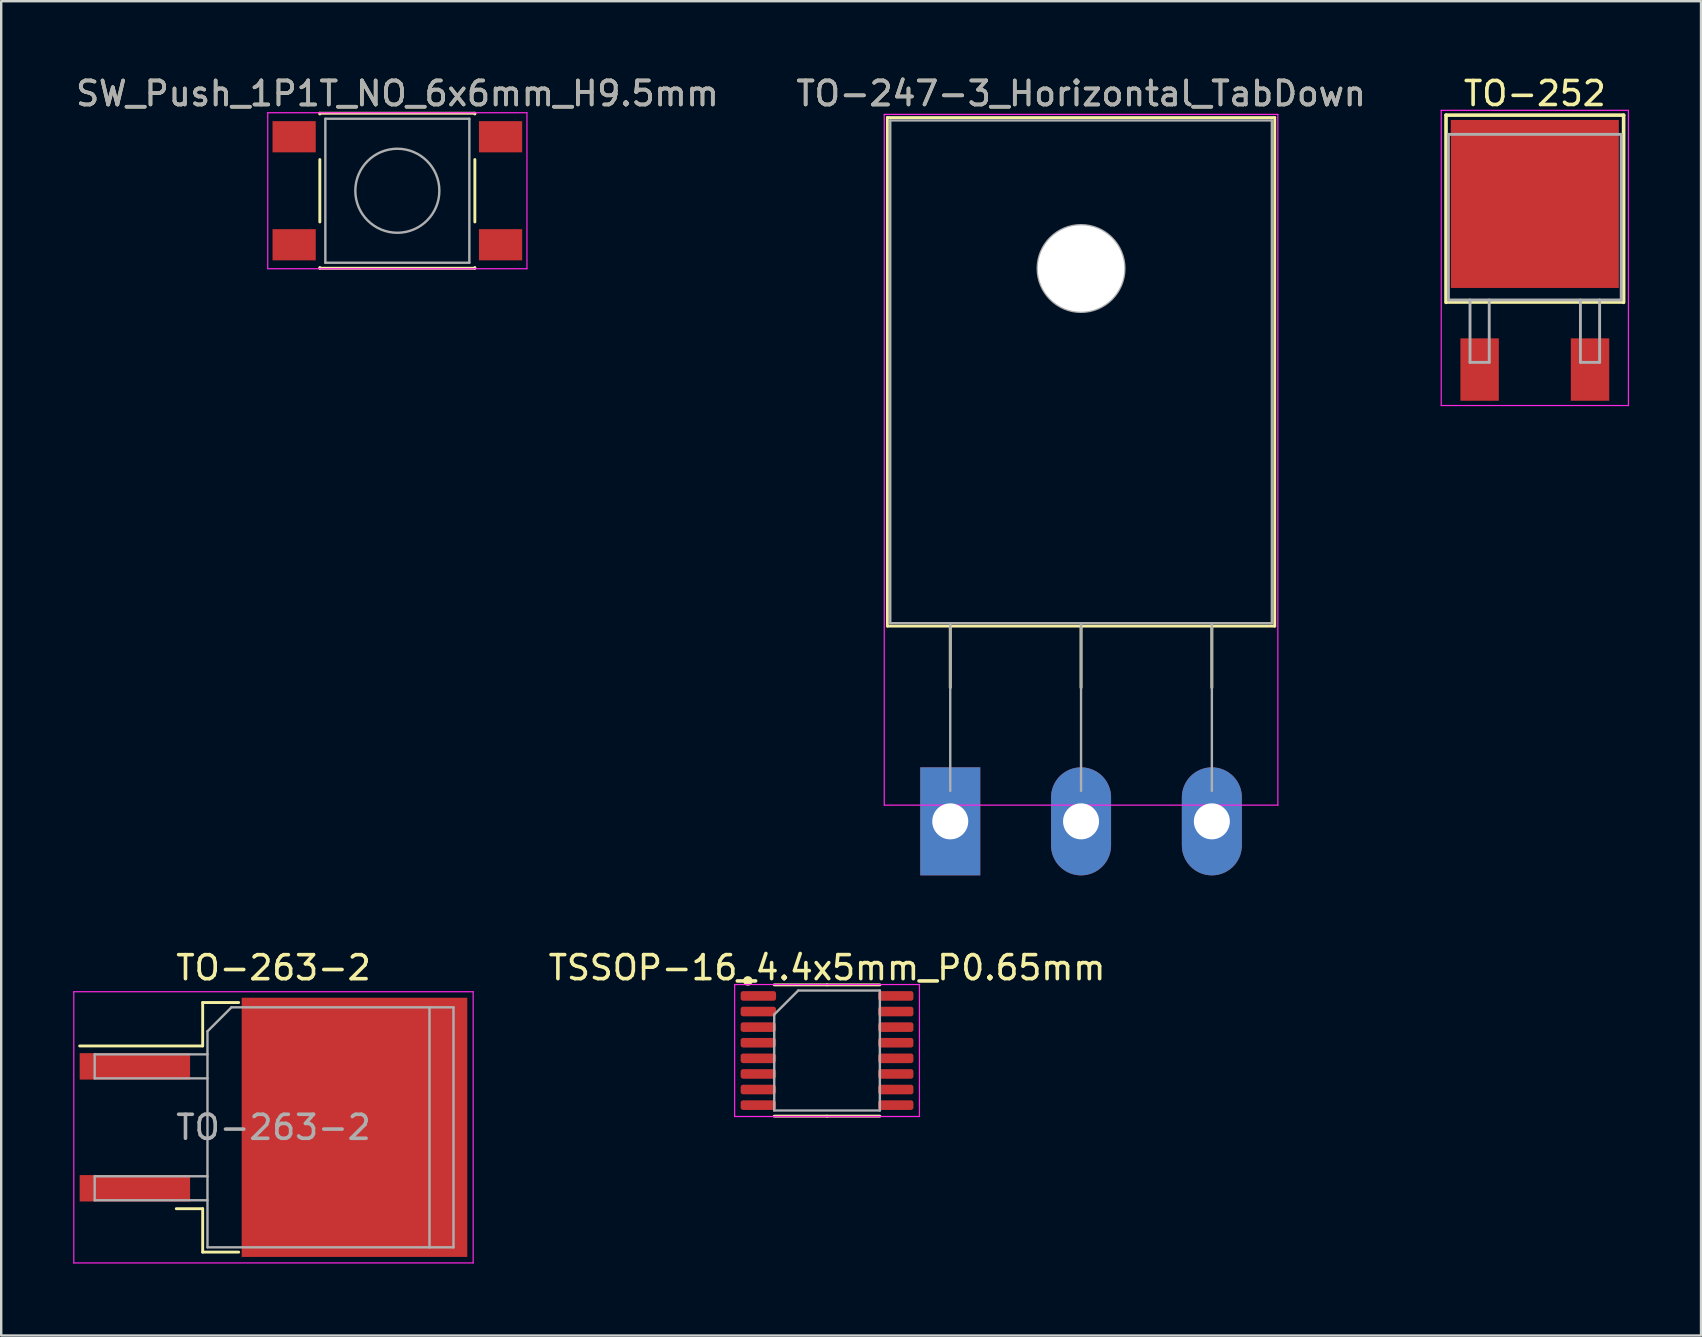
<source format=kicad_pcb>
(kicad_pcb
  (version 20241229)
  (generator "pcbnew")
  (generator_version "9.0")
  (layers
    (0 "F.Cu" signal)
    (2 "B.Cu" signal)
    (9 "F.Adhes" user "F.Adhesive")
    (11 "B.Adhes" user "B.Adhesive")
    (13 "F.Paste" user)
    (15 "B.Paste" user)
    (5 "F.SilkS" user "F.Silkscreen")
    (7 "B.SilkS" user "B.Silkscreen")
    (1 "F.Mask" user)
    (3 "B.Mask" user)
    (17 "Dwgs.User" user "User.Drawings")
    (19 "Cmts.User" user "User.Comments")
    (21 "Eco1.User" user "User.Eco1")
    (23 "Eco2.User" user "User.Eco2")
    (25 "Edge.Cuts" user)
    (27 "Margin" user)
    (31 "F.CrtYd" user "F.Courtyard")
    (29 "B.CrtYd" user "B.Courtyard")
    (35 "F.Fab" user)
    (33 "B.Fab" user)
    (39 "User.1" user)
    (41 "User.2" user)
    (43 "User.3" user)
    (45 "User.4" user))
  (footprint "SW_Push_1P1T_NO_6x6mm_H9.5mm"
    (layer "F.Cu")
    (at 13.506 4.898)
    (property "Reference" "SW_Push_1P1T_NO_6x6mm_H9.5mm" (at 0 -4.05 0) (layer "F.SilkS") (effects (font (size 1 1) (thickness 0.15))))
    (attr smd)
    (fp_line (start -3.23 -3.23) (end 3.23 -3.23) (stroke (width 0.12) (type solid)) (layer "F.SilkS"))
    (fp_line (start -3.23 -3.2) (end -3.23 -3.23) (stroke (width 0.12) (type solid)) (layer "F.SilkS"))
    (fp_line (start -3.23 -1.3) (end -3.23 1.3) (stroke (width 0.12) (type solid)) (layer "F.SilkS"))
    (fp_line (start -3.23 3.23) (end -3.23 3.2) (stroke (width 0.12) (type solid)) (layer "F.SilkS"))
    (fp_line (start -3.23 3.23) (end 3.23 3.23) (stroke (width 0.12) (type solid)) (layer "F.SilkS"))
    (fp_line (start 3.23 -3.23) (end 3.23 -3.2) (stroke (width 0.12) (type solid)) (layer "F.SilkS"))
    (fp_line (start 3.23 -1.3) (end 3.23 1.3) (stroke (width 0.12) (type solid)) (layer "F.SilkS"))
    (fp_line (start 3.23 3.23) (end 3.23 3.2) (stroke (width 0.12) (type solid)) (layer "F.SilkS"))
    (fp_line (start -5.4 -3.25) (end -5.4 3.25) (stroke (width 0.05) (type solid)) (layer "F.CrtYd"))
    (fp_line (start -5.4 -3.25) (end 5.4 -3.25) (stroke (width 0.05) (type solid)) (layer "F.CrtYd"))
    (fp_line (start -5.4 3.25) (end 5.4 3.25) (stroke (width 0.05) (type solid)) (layer "F.CrtYd"))
    (fp_line (start 5.4 3.25) (end 5.4 -3.25) (stroke (width 0.05) (type solid)) (layer "F.CrtYd"))
    (fp_line (start -3 -3) (end -3 3) (stroke (width 0.1) (type solid)) (layer "F.Fab"))
    (fp_line (start -3 3) (end 3 3) (stroke (width 0.1) (type solid)) (layer "F.Fab"))
    (fp_line (start 3 -3) (end -3 -3) (stroke (width 0.1) (type solid)) (layer "F.Fab"))
    (fp_line (start 3 3) (end 3 -3) (stroke (width 0.1) (type solid)) (layer "F.Fab"))
    (fp_circle (center 0 0) (end 1.75 -0.05) (stroke (width 0.1) (type solid)) (fill no) (layer "F.Fab"))
    (fp_text user "${REFERENCE}" (at 0 -4.05 0) (layer "F.Fab") (effects (font (size 1 1) (thickness 0.15))))
    (pad "1" smd rect (at -4.3 -2.25) (size 1.8 1.3) (layers "F.Cu" "F.Mask" "F.Paste"))
    (pad "1" smd rect (at 4.3 -2.25) (size 1.8 1.3) (layers "F.Cu" "F.Mask" "F.Paste"))
    (pad "2" smd rect (at -4.3 2.25) (size 1.8 1.3) (layers "F.Cu" "F.Mask" "F.Paste"))
    (pad "2" smd rect (at 4.3 2.25) (size 1.8 1.3) (layers "F.Cu" "F.Mask" "F.Paste")))
  (footprint "TSSOP-16_4.4x5mm_P0.65mm"
    (layer "F.Cu")
    (at 31.41 40.721)
    (property "Reference" "TSSOP-16_4.4x5mm_P0.65mm" (at 0 -3.45 0) (layer "F.SilkS") (effects (font (size 1 1) (thickness 0.15))))
    (attr smd)
    (fp_line (start 0 -2.735) (end -2.2 -2.735) (stroke (width 0.12) (type solid)) (layer "F.SilkS"))
    (fp_line (start 0 -2.735) (end 2.2 -2.735) (stroke (width 0.12) (type solid)) (layer "F.SilkS"))
    (fp_line (start 0 2.735) (end -2.2 2.735) (stroke (width 0.12) (type solid)) (layer "F.SilkS"))
    (fp_line (start 0 2.735) (end 2.2 2.735) (stroke (width 0.12) (type solid)) (layer "F.SilkS"))
    (fp_circle (center -3.3 -2.9) (end -3.2 -2.9) (stroke (width 0.2) (type default)) (fill no) (layer "F.SilkS"))
    (fp_line (start -3.85 -2.75) (end -3.85 2.75) (stroke (width 0.05) (type solid)) (layer "F.CrtYd"))
    (fp_line (start -3.85 2.75) (end 3.85 2.75) (stroke (width 0.05) (type solid)) (layer "F.CrtYd"))
    (fp_line (start 3.85 -2.75) (end -3.85 -2.75) (stroke (width 0.05) (type solid)) (layer "F.CrtYd"))
    (fp_line (start 3.85 2.75) (end 3.85 -2.75) (stroke (width 0.05) (type solid)) (layer "F.CrtYd"))
    (fp_line (start -2.2 -1.5) (end -1.2 -2.5) (stroke (width 0.1) (type solid)) (layer "F.Fab"))
    (fp_line (start -2.2 2.5) (end -2.2 -1.5) (stroke (width 0.1) (type solid)) (layer "F.Fab"))
    (fp_line (start -1.2 -2.5) (end 2.2 -2.5) (stroke (width 0.1) (type solid)) (layer "F.Fab"))
    (fp_line (start 2.2 -2.5) (end 2.2 2.5) (stroke (width 0.1) (type solid)) (layer "F.Fab"))
    (fp_line (start 2.2 2.5) (end -2.2 2.5) (stroke (width 0.1) (type solid)) (layer "F.Fab"))
    (pad "1" smd roundrect (at -2.862 -2.275) (size 1.475 0.4) (layers "F.Cu" "F.Mask" "F.Paste") (roundrect_rratio 0.25))
    (pad "2" smd roundrect (at -2.862 -1.625) (size 1.475 0.4) (layers "F.Cu" "F.Mask" "F.Paste") (roundrect_rratio 0.25))
    (pad "3" smd roundrect (at -2.862 -0.975) (size 1.475 0.4) (layers "F.Cu" "F.Mask" "F.Paste") (roundrect_rratio 0.25))
    (pad "4" smd roundrect (at -2.862 -0.325) (size 1.475 0.4) (layers "F.Cu" "F.Mask" "F.Paste") (roundrect_rratio 0.25))
    (pad "5" smd roundrect (at -2.862 0.325) (size 1.475 0.4) (layers "F.Cu" "F.Mask" "F.Paste") (roundrect_rratio 0.25))
    (pad "6" smd roundrect (at -2.862 0.975) (size 1.475 0.4) (layers "F.Cu" "F.Mask" "F.Paste") (roundrect_rratio 0.25))
    (pad "7" smd roundrect (at -2.862 1.625) (size 1.475 0.4) (layers "F.Cu" "F.Mask" "F.Paste") (roundrect_rratio 0.25))
    (pad "8" smd roundrect (at -2.862 2.275) (size 1.475 0.4) (layers "F.Cu" "F.Mask" "F.Paste") (roundrect_rratio 0.25))
    (pad "9" smd roundrect (at 2.862 2.275) (size 1.475 0.4) (layers "F.Cu" "F.Mask" "F.Paste") (roundrect_rratio 0.25))
    (pad "10" smd roundrect (at 2.862 1.625) (size 1.475 0.4) (layers "F.Cu" "F.Mask" "F.Paste") (roundrect_rratio 0.25))
    (pad "11" smd roundrect (at 2.862 0.975) (size 1.475 0.4) (layers "F.Cu" "F.Mask" "F.Paste") (roundrect_rratio 0.25))
    (pad "12" smd roundrect (at 2.862 0.325) (size 1.475 0.4) (layers "F.Cu" "F.Mask" "F.Paste") (roundrect_rratio 0.25))
    (pad "13" smd roundrect (at 2.862 -0.325) (size 1.475 0.4) (layers "F.Cu" "F.Mask" "F.Paste") (roundrect_rratio 0.25))
    (pad "14" smd roundrect (at 2.862 -0.975) (size 1.475 0.4) (layers "F.Cu" "F.Mask" "F.Paste") (roundrect_rratio 0.25))
    (pad "15" smd roundrect (at 2.862 -1.625) (size 1.475 0.4) (layers "F.Cu" "F.Mask" "F.Paste") (roundrect_rratio 0.25))
    (pad "16" smd roundrect (at 2.862 -2.275) (size 1.475 0.4) (layers "F.Cu" "F.Mask" "F.Paste") (roundrect_rratio 0.25)))
  (footprint "TO-247-3_Horizontal_TabDown"
    (layer "F.Cu")
    (at 36.544 27.998)
    (property "Reference" "TO-247-3_Horizontal_TabDown" (at 5.45 -27.15 0) (layer "F.SilkS") (effects (font (size 1 1) (thickness 0.15))))
    (attr through_hole)
    (fp_line (start -2.62 -26.15) (end -2.62 -4.96) (stroke (width 0.12) (type solid)) (layer "F.SilkS"))
    (fp_line (start -2.62 -26.15) (end 13.52 -26.15) (stroke (width 0.12) (type solid)) (layer "F.SilkS"))
    (fp_line (start -2.62 -4.96) (end 13.52 -4.96) (stroke (width 0.12) (type solid)) (layer "F.SilkS"))
    (fp_line (start 0 -4.96) (end 0 -2.4) (stroke (width 0.12) (type solid)) (layer "F.SilkS"))
    (fp_line (start 5.45 -4.96) (end 5.45 -2.4) (stroke (width 0.12) (type solid)) (layer "F.SilkS"))
    (fp_line (start 10.9 -4.96) (end 10.9 -2.4) (stroke (width 0.12) (type solid)) (layer "F.SilkS"))
    (fp_line (start 13.52 -26.15) (end 13.52 -4.96) (stroke (width 0.12) (type solid)) (layer "F.SilkS"))
    (fp_line (start -2.75 -26.28) (end -2.75 2.5) (stroke (width 0.05) (type solid)) (layer "F.CrtYd"))
    (fp_line (start -2.75 2.5) (end 13.65 2.5) (stroke (width 0.05) (type solid)) (layer "F.CrtYd"))
    (fp_line (start 13.65 -26.28) (end -2.75 -26.28) (stroke (width 0.05) (type solid)) (layer "F.CrtYd"))
    (fp_line (start 13.65 2.5) (end 13.65 -26.28) (stroke (width 0.05) (type solid)) (layer "F.CrtYd"))
    (fp_line (start -2.5 -26.03) (end 13.4 -26.03) (stroke (width 0.1) (type solid)) (layer "F.Fab"))
    (fp_line (start -2.5 -5.08) (end -2.5 -26.03) (stroke (width 0.1) (type solid)) (layer "F.Fab"))
    (fp_line (start 0 -5.08) (end 0 1.905) (stroke (width 0.1) (type solid)) (layer "F.Fab"))
    (fp_line (start 5.45 -5.08) (end 5.45 1.905) (stroke (width 0.1) (type solid)) (layer "F.Fab"))
    (fp_line (start 10.9 -5.08) (end 10.9 1.905) (stroke (width 0.1) (type solid)) (layer "F.Fab"))
    (fp_line (start 13.4 -26.03) (end 13.4 -5.08) (stroke (width 0.1) (type solid)) (layer "F.Fab"))
    (fp_line (start 13.4 -5.08) (end -2.5 -5.08) (stroke (width 0.1) (type solid)) (layer "F.Fab"))
    (fp_circle (center 5.45 -19.86) (end 7.255 -19.86) (stroke (width 0.1) (type solid)) (fill no) (layer "F.Fab"))
    (fp_text user "${REFERENCE}" (at 5.45 -27.15 0) (layer "F.Fab") (effects (font (size 1 1) (thickness 0.15))))
    (pad "" np_thru_hole oval (at 5.45 -19.86) (size 3.6 3.6) (drill 3.6) (layers "*.Cu" "*.Mask"))
    (pad "1" thru_hole rect (at 0 3.175) (size 2.5 4.5) (drill 1.5) (layers "*.Cu" "*.Mask"))
    (pad "2" thru_hole oval (at 5.45 3.175) (size 2.5 4.5) (drill 1.5) (layers "*.Cu" "*.Mask"))
    (pad "3" thru_hole oval (at 10.9 3.175) (size 2.5 4.5) (drill 1.5) (layers "*.Cu" "*.Mask")))
  (footprint "TO-263-2"
    (layer "F.Cu")
    (at 8.345 43.922)
    (property "Reference" "TO-263-2" (at 0 -6.65 0) (layer "F.SilkS") (effects (font (size 1 1) (thickness 0.15))))
    (attr smd)
    (fp_line (start -2.95 -5.2) (end -2.95 -3.39) (stroke (width 0.12) (type solid)) (layer "F.SilkS"))
    (fp_line (start -2.95 -3.39) (end -8.075 -3.39) (stroke (width 0.12) (type solid)) (layer "F.SilkS"))
    (fp_line (start -2.95 3.39) (end -4.05 3.39) (stroke (width 0.12) (type solid)) (layer "F.SilkS"))
    (fp_line (start -2.95 5.2) (end -2.95 3.39) (stroke (width 0.12) (type solid)) (layer "F.SilkS"))
    (fp_line (start -1.45 -5.2) (end -2.95 -5.2) (stroke (width 0.12) (type solid)) (layer "F.SilkS"))
    (fp_line (start -1.45 5.2) (end -2.95 5.2) (stroke (width 0.12) (type solid)) (layer "F.SilkS"))
    (fp_line (start -8.32 -5.65) (end -8.32 5.65) (stroke (width 0.05) (type solid)) (layer "F.CrtYd"))
    (fp_line (start -8.32 5.65) (end 8.32 5.65) (stroke (width 0.05) (type solid)) (layer "F.CrtYd"))
    (fp_line (start 8.32 -5.65) (end -8.32 -5.65) (stroke (width 0.05) (type solid)) (layer "F.CrtYd"))
    (fp_line (start 8.32 5.65) (end 8.32 -5.65) (stroke (width 0.05) (type solid)) (layer "F.CrtYd"))
    (fp_line (start -7.45 -3.04) (end -7.45 -2.04) (stroke (width 0.1) (type solid)) (layer "F.Fab"))
    (fp_line (start -7.45 -2.04) (end -2.75 -2.04) (stroke (width 0.1) (type solid)) (layer "F.Fab"))
    (fp_line (start -7.45 2.04) (end -7.45 3.04) (stroke (width 0.1) (type solid)) (layer "F.Fab"))
    (fp_line (start -7.45 3.04) (end -2.75 3.04) (stroke (width 0.1) (type solid)) (layer "F.Fab"))
    (fp_line (start -2.75 -4) (end -1.75 -5) (stroke (width 0.1) (type solid)) (layer "F.Fab"))
    (fp_line (start -2.75 -3.04) (end -7.45 -3.04) (stroke (width 0.1) (type solid)) (layer "F.Fab"))
    (fp_line (start -2.75 2.04) (end -7.45 2.04) (stroke (width 0.1) (type solid)) (layer "F.Fab"))
    (fp_line (start -2.75 5) (end -2.75 -4) (stroke (width 0.1) (type solid)) (layer "F.Fab"))
    (fp_line (start -1.75 -5) (end 6.5 -5) (stroke (width 0.1) (type solid)) (layer "F.Fab"))
    (fp_line (start 6.5 -5) (end 6.5 5) (stroke (width 0.1) (type solid)) (layer "F.Fab"))
    (fp_line (start 6.5 -5) (end 7.5 -5) (stroke (width 0.1) (type solid)) (layer "F.Fab"))
    (fp_line (start 6.5 5) (end -2.75 5) (stroke (width 0.1) (type solid)) (layer "F.Fab"))
    (fp_line (start 7.5 -5) (end 7.5 5) (stroke (width 0.1) (type solid)) (layer "F.Fab"))
    (fp_line (start 7.5 5) (end 6.5 5) (stroke (width 0.1) (type solid)) (layer "F.Fab"))
    (fp_text user "${REFERENCE}" (at 0 0 0) (layer "F.Fab") (effects (font (size 1 1) (thickness 0.15))))
    (pad "" smd rect (at 0.95 -2.775) (size 4.55 5.25) (layers "F.Paste"))
    (pad "" smd rect (at 0.95 2.775) (size 4.55 5.25) (layers "F.Paste"))
    (pad "" smd rect (at 5.8 -2.775) (size 4.55 5.25) (layers "F.Paste"))
    (pad "" smd rect (at 5.8 2.775) (size 4.55 5.25) (layers "F.Paste"))
    (pad "1" smd rect (at -5.775 -2.54) (size 4.6 1.1) (layers "F.Cu" "F.Mask" "F.Paste"))
    (pad "2" smd rect (at 3.375 0) (size 9.4 10.8) (layers "F.Cu" "F.Mask"))
    (pad "3" smd rect (at -5.775 2.54) (size 4.6 1.1) (layers "F.Cu" "F.Mask" "F.Paste")))
  (footprint "TO-252"
    (layer "F.Cu")
    (at 60.901 5.848)
    (property "Reference" "TO-252" (at 0 -5 180) (layer "F.SilkS") (effects (font (size 1 1) (thickness 0.15))))
    (attr smd)
    (fp_line (start -3.7 -4.1) (end -3.7 3.7) (stroke (width 0.15) (type solid)) (layer "F.SilkS"))
    (fp_line (start -3.7 -4.1) (end 3.7 -4.1) (stroke (width 0.15) (type solid)) (layer "F.SilkS"))
    (fp_line (start -3.7 3.7) (end 3.7 3.7) (stroke (width 0.12) (type solid)) (layer "F.SilkS"))
    (fp_line (start 3.7 -4.1) (end 3.7 3.7) (stroke (width 0.15) (type solid)) (layer "F.SilkS"))
    (fp_line (start -3.9 -4.3) (end 3.9 -4.3) (stroke (width 0.05) (type solid)) (layer "F.CrtYd"))
    (fp_line (start -3.9 8) (end -3.9 -4.3) (stroke (width 0.05) (type solid)) (layer "F.CrtYd"))
    (fp_line (start 3.9 -4.3) (end 3.9 8) (stroke (width 0.05) (type solid)) (layer "F.CrtYd"))
    (fp_line (start 3.9 8) (end -3.9 8) (stroke (width 0.05) (type solid)) (layer "F.CrtYd"))
    (fp_line (start -3.6 -3.3) (end 3.6 -3.3) (stroke (width 0.12) (type solid)) (layer "F.Fab"))
    (fp_line (start -3.6 3.6) (end -3.6 -3.3) (stroke (width 0.12) (type solid)) (layer "F.Fab"))
    (fp_line (start -2.7 3.6) (end -2.7 6.2) (stroke (width 0.12) (type solid)) (layer "F.Fab"))
    (fp_line (start -2.7 6.2) (end -1.9 6.2) (stroke (width 0.12) (type solid)) (layer "F.Fab"))
    (fp_line (start -1.9 6.2) (end -1.9 3.6) (stroke (width 0.12) (type solid)) (layer "F.Fab"))
    (fp_line (start 1.9 3.6) (end 1.9 6.2) (stroke (width 0.12) (type solid)) (layer "F.Fab"))
    (fp_line (start 1.9 6.2) (end 2.7 6.2) (stroke (width 0.12) (type solid)) (layer "F.Fab"))
    (fp_line (start 2.7 6.2) (end 2.7 3.6) (stroke (width 0.12) (type solid)) (layer "F.Fab"))
    (fp_line (start 3.6 -3.3) (end 3.6 3.6) (stroke (width 0.12) (type solid)) (layer "F.Fab"))
    (fp_line (start 3.6 3.6) (end -3.6 3.6) (stroke (width 0.12) (type solid)) (layer "F.Fab"))
    (pad "1" smd rect (at -2.3 6.5) (size 1.6 2.6) (layers "F.Cu" "F.Mask" "F.Paste"))
    (pad "2" smd rect (at 2.3 6.5) (size 1.6 2.6) (layers "F.Cu" "F.Mask" "F.Paste"))
    (pad "3" smd rect (at 0 -0.4) (size 7 7) (layers "F.Cu" "F.Mask" "F.Paste")))
  (gr_rect
    (start -3 -3)
    (end 67.826 52.596)
    (stroke (width 0.1) (type default))
    (fill no)
    (layer "Edge.Cuts")))
</source>
